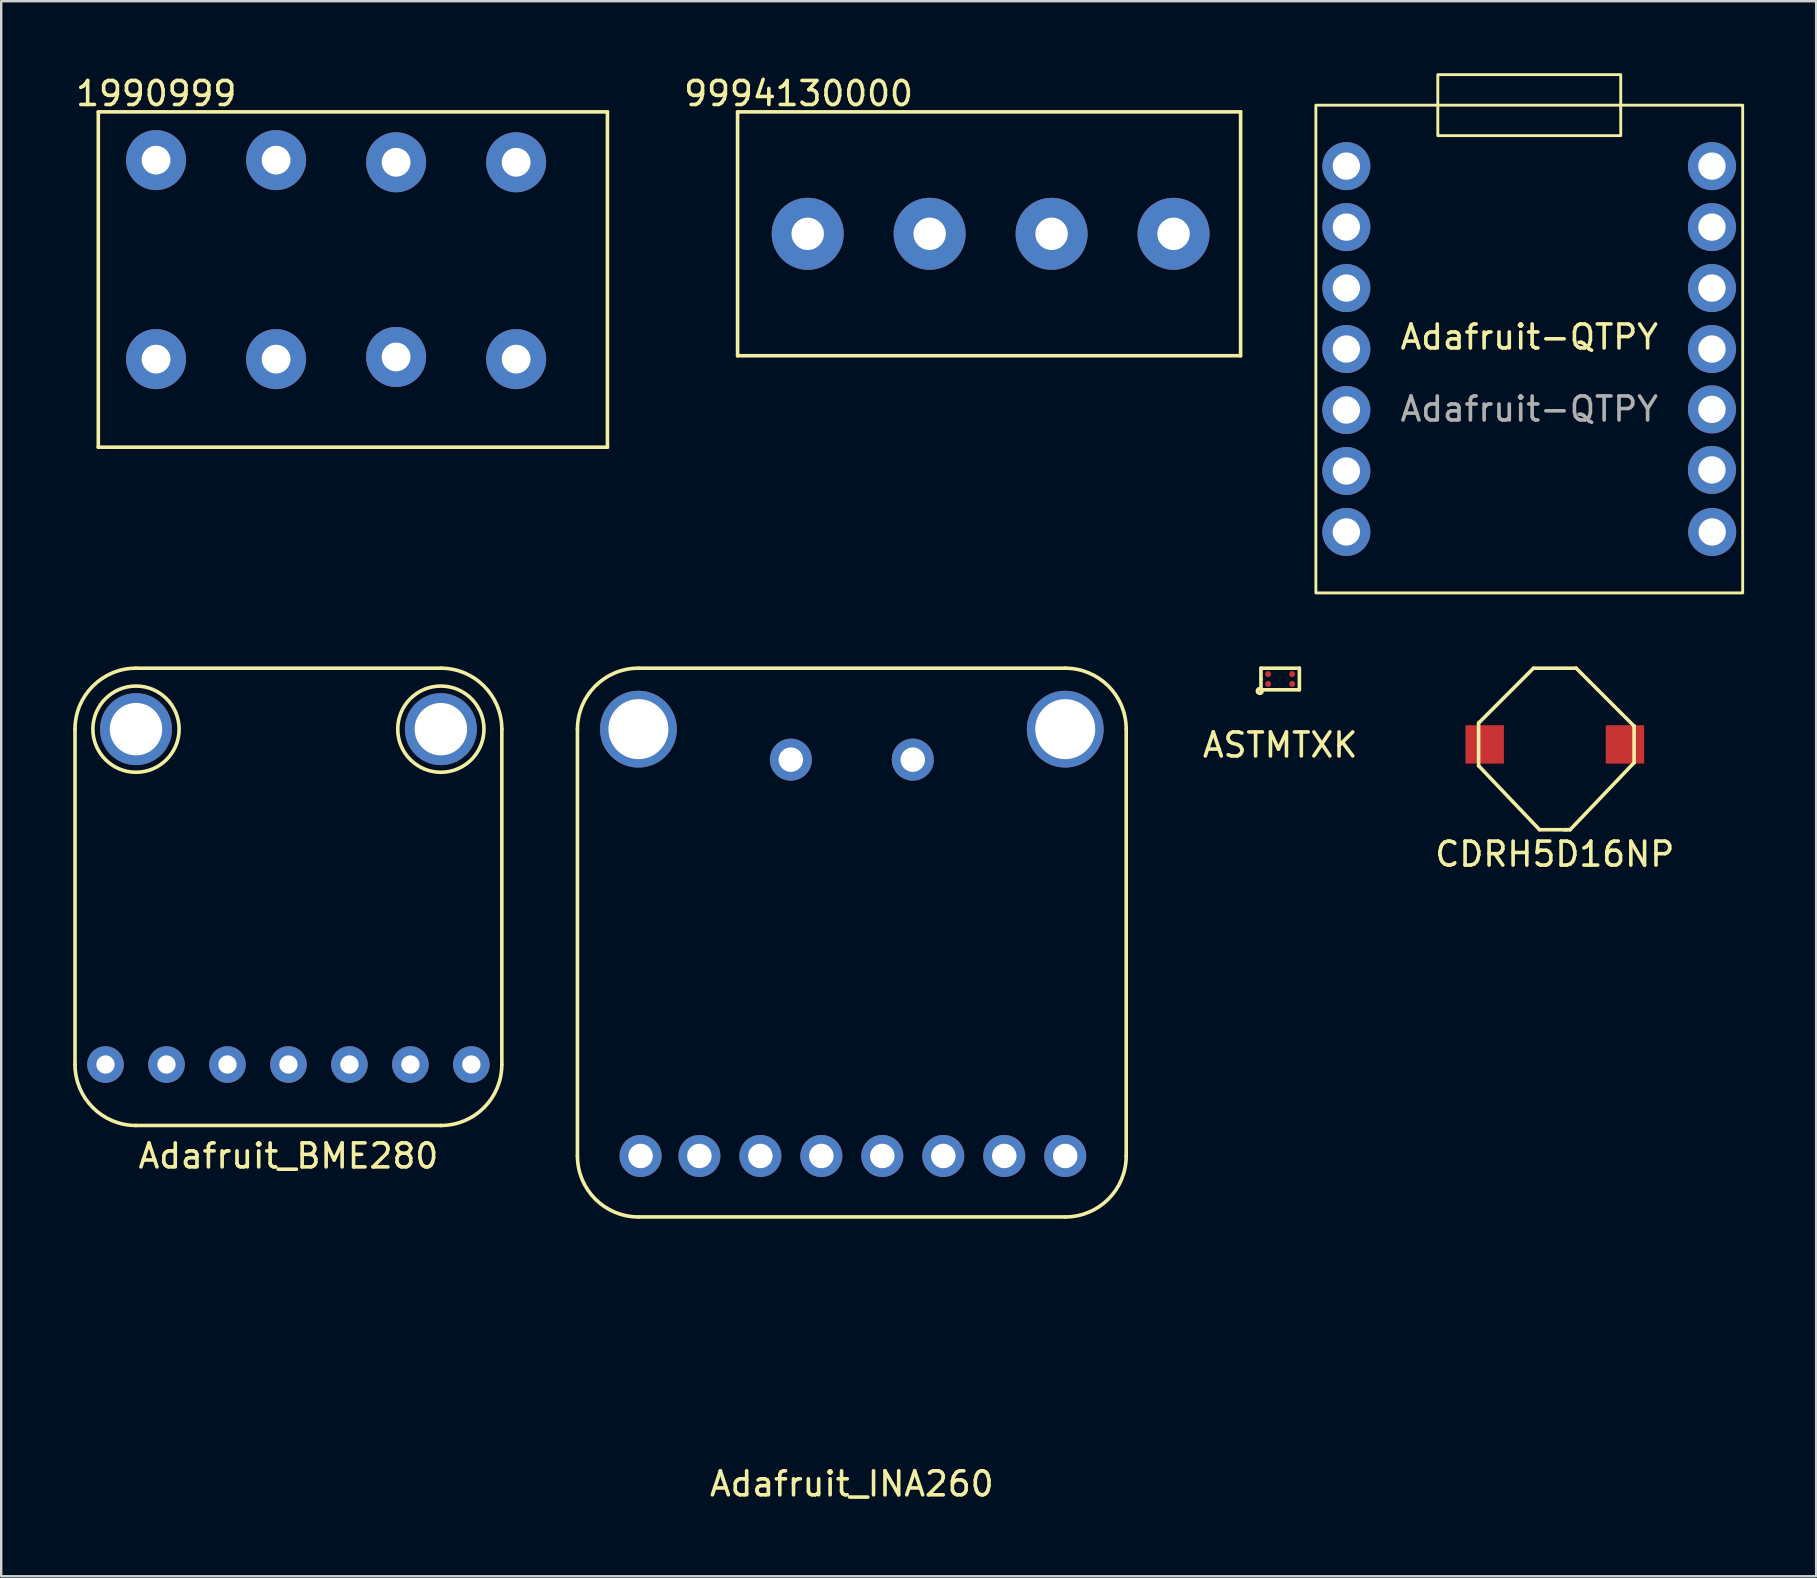
<source format=kicad_pcb>
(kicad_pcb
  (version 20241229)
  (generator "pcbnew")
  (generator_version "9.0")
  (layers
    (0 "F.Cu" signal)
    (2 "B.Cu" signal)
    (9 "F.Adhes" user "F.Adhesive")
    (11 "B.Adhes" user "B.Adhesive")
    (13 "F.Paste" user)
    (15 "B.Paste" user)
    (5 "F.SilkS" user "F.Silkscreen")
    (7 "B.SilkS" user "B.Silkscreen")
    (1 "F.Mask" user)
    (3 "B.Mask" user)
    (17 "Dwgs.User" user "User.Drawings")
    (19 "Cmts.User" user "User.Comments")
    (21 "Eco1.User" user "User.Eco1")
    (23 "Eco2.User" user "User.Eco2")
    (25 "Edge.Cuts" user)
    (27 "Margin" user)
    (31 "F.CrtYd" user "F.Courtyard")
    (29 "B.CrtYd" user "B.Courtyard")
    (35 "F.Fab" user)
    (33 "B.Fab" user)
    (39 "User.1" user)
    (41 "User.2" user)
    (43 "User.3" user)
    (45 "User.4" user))
  (footprint "9994130000"
    (layer "F.Cu")
    (at 38.217 6.69)
    (property "Reference" "9994130000" (at -8.001 -5.842 0) (layer "F.SilkS") (effects (font (size 1 1) (thickness 0.15))))
    (attr through_hole)
    (fp_line (start -10.541 -5.08) (end 10.414 -5.08) (stroke (width 0.15) (type solid)) (layer "F.SilkS"))
    (fp_line (start -10.541 5.08) (end -10.541 -5.08) (stroke (width 0.15) (type solid)) (layer "F.SilkS"))
    (fp_line (start 10.414 -5.08) (end 10.414 5.08) (stroke (width 0.15) (type solid)) (layer "F.SilkS"))
    (fp_line (start 10.414 5.08) (end -10.541 5.08) (stroke (width 0.15) (type solid)) (layer "F.SilkS"))
    (pad "1" thru_hole circle (at -7.62 0) (size 3 3) (drill 1.35) (layers "*.Cu" "*.Mask"))
    (pad "2" thru_hole circle (at -2.54 0) (size 3 3) (drill 1.35) (layers "*.Cu" "*.Mask"))
    (pad "3" thru_hole circle (at 2.54 0) (size 3 3) (drill 1.35) (layers "*.Cu" "*.Mask"))
    (pad "4" thru_hole circle (at 7.62 0) (size 3 3) (drill 1.35) (layers "*.Cu" "*.Mask")))
  (footprint "Adafruit_BME280"
    (layer "F.Cu")
    (at 8.965 43.835)
    (property "Reference" "Adafruit_BME280" (at 0 1.27 0) (layer "F.SilkS") (effects (font (size 1 1) (thickness 0.15))))
    (attr through_hole)
    (fp_line (start -8.89 -2.54) (end -8.89 -16.51) (stroke (width 0.15) (type solid)) (layer "F.SilkS"))
    (fp_line (start -6.35 -19.05) (end 6.35 -19.05) (stroke (width 0.15) (type solid)) (layer "F.SilkS"))
    (fp_line (start -6.35 0) (end 6.35 0) (stroke (width 0.15) (type solid)) (layer "F.SilkS"))
    (fp_line (start 8.89 -16.51) (end 8.89 -2.54) (stroke (width 0.15) (type solid)) (layer "F.SilkS"))
    (fp_arc (start -8.89 -16.51) (mid -8.146051 -18.306051) (end -6.35 -19.05) (stroke (width 0.15) (type solid)) (layer "F.SilkS"))
    (fp_arc (start -6.35 0) (mid -8.146051 -0.743949) (end -8.89 -2.54) (stroke (width 0.15) (type solid)) (layer "F.SilkS"))
    (fp_arc (start 6.35 -19.05) (mid 8.146051 -18.306051) (end 8.89 -16.51) (stroke (width 0.15) (type solid)) (layer "F.SilkS"))
    (fp_arc (start 8.89 -2.54) (mid 8.146051 -0.743949) (end 6.35 0) (stroke (width 0.15) (type solid)) (layer "F.SilkS"))
    (fp_circle (center -6.35 -16.51) (end -7.62 -17.78) (stroke (width 0.15) (type solid)) (fill no) (layer "F.SilkS"))
    (fp_circle (center 6.35 -16.51) (end 7.62 -17.78) (stroke (width 0.15) (type solid)) (fill no) (layer "F.SilkS"))
    (pad "" thru_hole circle (at -6.35 -16.51) (size 2.997 2.997) (drill 2.184) (layers "*.Cu" "*.Mask"))
    (pad "" thru_hole circle (at 6.35 -16.51) (size 2.997 2.997) (drill 2.184) (layers "*.Cu" "*.Mask"))
    (pad "1" thru_hole circle (at -7.62 -2.54) (size 1.524 1.524) (drill 0.762) (layers "*.Cu" "*.Mask"))
    (pad "2" thru_hole circle (at -5.08 -2.54) (size 1.524 1.524) (drill 0.762) (layers "*.Cu" "*.Mask"))
    (pad "3" thru_hole circle (at -2.54 -2.54) (size 1.524 1.524) (drill 0.762) (layers "*.Cu" "*.Mask"))
    (pad "4" thru_hole circle (at 0 -2.54) (size 1.524 1.524) (drill 0.762) (layers "*.Cu" "*.Mask"))
    (pad "5" thru_hole circle (at 2.54 -2.54) (size 1.524 1.524) (drill 0.762) (layers "*.Cu" "*.Mask"))
    (pad "6" thru_hole circle (at 5.08 -2.54) (size 1.524 1.524) (drill 0.762) (layers "*.Cu" "*.Mask"))
    (pad "7" thru_hole circle (at 7.62 -2.54) (size 1.524 1.524) (drill 0.762) (layers "*.Cu" "*.Mask")))
  (footprint "1990999"
    (layer "F.Cu")
    (at 10.951 15.58)
    (property "Reference" "1990999" (at -7.493 -14.732 0) (layer "F.SilkS") (effects (font (size 1 1) (thickness 0.15))))
    (attr through_hole)
    (fp_line (start -9.906 -13.97) (end 11.303 -13.97) (stroke (width 0.15) (type solid)) (layer "F.SilkS"))
    (fp_line (start -9.906 0) (end -9.906 -13.97) (stroke (width 0.15) (type solid)) (layer "F.SilkS"))
    (fp_line (start -9.906 0) (end 11.303 0) (stroke (width 0.15) (type solid)) (layer "F.SilkS"))
    (fp_line (start 11.303 -13.97) (end 11.303 0) (stroke (width 0.15) (type solid)) (layer "F.SilkS"))
    (pad "1" thru_hole circle (at -7.5 -11.96) (size 2.5 2.5) (drill 1.2) (layers "*.Cu" "*.Mask"))
    (pad "1" thru_hole circle (at -7.5 -3.67) (size 2.5 2.5) (drill 1.2) (layers "*.Cu" "*.Mask"))
    (pad "2" thru_hole circle (at -2.5 -11.96) (size 2.5 2.5) (drill 1.2) (layers "*.Cu" "*.Mask"))
    (pad "2" thru_hole circle (at -2.5 -3.67) (size 2.5 2.5) (drill 1.2) (layers "*.Cu" "*.Mask"))
    (pad "3" thru_hole circle (at 2.5 -11.87) (size 2.5 2.5) (drill 1.2) (layers "*.Cu" "*.Mask"))
    (pad "3" thru_hole circle (at 2.5 -3.76) (size 2.5 2.5) (drill 1.2) (layers "*.Cu" "*.Mask"))
    (pad "4" thru_hole circle (at 7.5 -11.87) (size 2.5 2.5) (drill 1.2) (layers "*.Cu" "*.Mask"))
    (pad "4" thru_hole circle (at 7.5 -3.67) (size 2.5 2.5) (drill 1.2) (layers "*.Cu" "*.Mask")))
  (footprint "ASTMTXK"
    (layer "F.Cu")
    (at 50.279 25.235)
    (property "Reference" "ASTMTXK" (at 0 2.75 0) (layer "F.SilkS") (effects (font (size 1 1) (thickness 0.15))))
    (attr through_hole)
    (fp_line (start -0.8 -0.45) (end 0.8 -0.45) (stroke (width 0.15) (type solid)) (layer "F.SilkS"))
    (fp_line (start -0.8 0) (end -0.8 -0.45) (stroke (width 0.15) (type solid)) (layer "F.SilkS"))
    (fp_line (start -0.8 0.45) (end -0.8 0) (stroke (width 0.15) (type solid)) (layer "F.SilkS"))
    (fp_line (start 0.8 -0.45) (end 0.8 0.45) (stroke (width 0.15) (type solid)) (layer "F.SilkS"))
    (fp_line (start 0.8 0.45) (end -0.8 0.45) (stroke (width 0.15) (type solid)) (layer "F.SilkS"))
    (fp_circle (center -0.85 0.5) (end -0.75 0.5) (stroke (width 0.15) (type solid)) (fill no) (layer "F.SilkS"))
    (pad "1" smd circle (at -0.5 0.205) (size 0.25 0.25) (layers "F.Cu" "F.Mask" "F.Paste"))
    (pad "2" smd circle (at -0.5 -0.205) (size 0.25 0.25) (layers "F.Cu" "F.Mask" "F.Paste"))
    (pad "3" smd circle (at 0.5 -0.205) (size 0.25 0.25) (layers "F.Cu" "F.Mask" "F.Paste"))
    (pad "4" smd circle (at 0.5 0.205) (size 0.25 0.25) (layers "F.Cu" "F.Mask" "F.Paste")))
  (footprint "Adafruit_INA260"
    (layer "F.Cu")
    (at 32.435 47.645)
    (property "Reference" "Adafruit_INA260" (at 0 11.12 0) (layer "F.SilkS") (effects (font (size 1 1) (thickness 0.15))))
    (attr through_hole)
    (fp_line (start -11.43 -2.54) (end -11.43 -20.32) (stroke (width 0.15) (type solid)) (layer "F.SilkS"))
    (fp_line (start -8.89 -22.86) (end 8.89 -22.86) (stroke (width 0.15) (type solid)) (layer "F.SilkS"))
    (fp_line (start 8.89 0) (end -8.89 0) (stroke (width 0.15) (type solid)) (layer "F.SilkS"))
    (fp_line (start 11.43 -20.32) (end 11.43 -2.54) (stroke (width 0.15) (type solid)) (layer "F.SilkS"))
    (fp_arc (start -11.43 -20.32) (mid -10.686051 -22.116051) (end -8.89 -22.86) (stroke (width 0.15) (type solid)) (layer "F.SilkS"))
    (fp_arc (start -8.89 0) (mid -10.686051 -0.743949) (end -11.43 -2.54) (stroke (width 0.15) (type solid)) (layer "F.SilkS"))
    (fp_arc (start 8.89 -22.86) (mid 10.686051 -22.116051) (end 11.43 -20.32) (stroke (width 0.15) (type solid)) (layer "F.SilkS"))
    (fp_arc (start 11.43 -2.54) (mid 10.686051 -0.743949) (end 8.89 0) (stroke (width 0.15) (type solid)) (layer "F.SilkS"))
    (pad "" thru_hole circle (at -8.89 -20.32) (size 3.2 3.2) (drill 2.5) (layers "*.Cu" "*.Mask"))
    (pad "" thru_hole circle (at 8.89 -20.32) (size 3.2 3.2) (drill 2.5) (layers "*.Cu" "*.Mask"))
    (pad "1" thru_hole circle (at -8.8 -2.54) (size 1.75 1.75) (drill 1.02) (layers "*.Cu" "*.Mask"))
    (pad "2" thru_hole circle (at -6.35 -2.54) (size 1.75 1.75) (drill 1.02) (layers "*.Cu" "*.Mask"))
    (pad "3" thru_hole circle (at -3.81 -2.54) (size 1.75 1.75) (drill 1.02) (layers "*.Cu" "*.Mask"))
    (pad "4" thru_hole circle (at -1.27 -2.54) (size 1.75 1.75) (drill 1.02) (layers "*.Cu" "*.Mask"))
    (pad "5" thru_hole circle (at 1.27 -2.54) (size 1.75 1.75) (drill 1.02) (layers "*.Cu" "*.Mask"))
    (pad "6" thru_hole circle (at 3.81 -2.54) (size 1.75 1.75) (drill 1.02) (layers "*.Cu" "*.Mask"))
    (pad "7" thru_hole circle (at -2.54 -19.05) (size 1.75 1.75) (drill 1.02) (layers "*.Cu" "*.Mask"))
    (pad "7" thru_hole circle (at 6.35 -2.54) (size 1.75 1.75) (drill 1.02) (layers "*.Cu" "*.Mask"))
    (pad "8" thru_hole circle (at 2.54 -19.05) (size 1.75 1.75) (drill 1.02) (layers "*.Cu" "*.Mask"))
    (pad "8" thru_hole circle (at 8.89 -2.54) (size 1.75 1.75) (drill 1.02) (layers "*.Cu" "*.Mask")))
  (footprint "Adafruit-QTPY"
    (layer "F.Cu")
    (at 60.656 11.49)
    (property "Reference" "Adafruit-QTPY" (at 0 -0.5 0) (unlocked yes) (layer "F.SilkS") (effects (font (size 1 1) (thickness 0.15))))
    (attr smd)
    (fp_rect (start -8.89 -10.16) (end 8.89 10.16) (stroke (width 0.12) (type solid)) (fill no) (layer "F.SilkS"))
    (fp_rect (start -3.81 -11.43) (end 3.81 -8.89) (stroke (width 0.12) (type solid)) (fill no) (layer "F.SilkS"))
    (fp_text user "${REFERENCE}" (at 0 2.5 0) (unlocked yes) (layer "F.Fab") (effects (font (size 1 1) (thickness 0.15))))
    (pad "1" thru_hole circle (at -7.62 -7.62) (size 2 2) (drill 1.14) (layers "*.Cu" "*.Mask"))
    (pad "2" thru_hole circle (at -7.62 -5.08) (size 2 2) (drill 1.14) (layers "*.Cu" "*.Mask"))
    (pad "3" thru_hole circle (at -7.62 -2.54) (size 2 2) (drill 1.14) (layers "*.Cu" "*.Mask"))
    (pad "4" thru_hole circle (at -7.62 0) (size 2 2) (drill 1.14) (layers "*.Cu" "*.Mask"))
    (pad "5" thru_hole circle (at -7.62 2.54) (size 2 2) (drill 1.14) (layers "*.Cu" "*.Mask"))
    (pad "6" thru_hole circle (at -7.62 5.08) (size 2 2) (drill 1.14) (layers "*.Cu" "*.Mask"))
    (pad "7" thru_hole circle (at -7.62 7.62) (size 2 2) (drill 1.14) (layers "*.Cu" "*.Mask"))
    (pad "8" thru_hole circle (at 7.62 7.62) (size 2 2) (drill 1.14) (layers "*.Cu" "*.Mask"))
    (pad "9" thru_hole circle (at 7.61 5.036) (size 2 2) (drill 1.14) (layers "*.Cu" "*.Mask"))
    (pad "10" thru_hole circle (at 7.61 2.514) (size 2 2) (drill 1.14) (layers "*.Cu" "*.Mask"))
    (pad "11" thru_hole circle (at 7.61 0) (size 2 2) (drill 1.14) (layers "*.Cu" "*.Mask"))
    (pad "12" thru_hole circle (at 7.61 -2.54) (size 2 2) (drill 1.14) (layers "*.Cu" "*.Mask"))
    (pad "13" thru_hole circle (at 7.61 -5.08) (size 2 2) (drill 1.14) (layers "*.Cu" "*.Mask"))
    (pad "14" thru_hole circle (at 7.61 -7.62) (size 2 2) (drill 1.14) (layers "*.Cu" "*.Mask")))
  (footprint "CDRH5D16NP"
    (layer "F.Cu")
    (at 61.72 27.96)
    (property "Reference" "CDRH5D16NP" (at 0 4.572 0) (layer "F.SilkS") (effects (font (size 1 1) (thickness 0.15))))
    (attr through_hole)
    (fp_line (start -3.175 -0.889) (end -0.889 -3.175) (stroke (width 0.15) (type solid)) (layer "F.SilkS"))
    (fp_line (start -3.175 0.889) (end -3.175 -0.889) (stroke (width 0.15) (type solid)) (layer "F.SilkS"))
    (fp_line (start -0.889 -3.175) (end 0.889 -3.175) (stroke (width 0.15) (type solid)) (layer "F.SilkS"))
    (fp_line (start -0.635 3.556) (end -3.175 0.889) (stroke (width 0.15) (type solid)) (layer "F.SilkS"))
    (fp_line (start 0.508 3.556) (end -0.635 3.556) (stroke (width 0.15) (type solid)) (layer "F.SilkS"))
    (fp_line (start 0.635 3.556) (end 0.381 3.556) (stroke (width 0.15) (type solid)) (layer "F.SilkS"))
    (fp_line (start 0.889 -3.175) (end 3.302 -0.762) (stroke (width 0.15) (type solid)) (layer "F.SilkS"))
    (fp_line (start 3.302 -0.762) (end 3.302 0.762) (stroke (width 0.15) (type solid)) (layer "F.SilkS"))
    (fp_line (start 3.302 0.762) (end 0.635 3.556) (stroke (width 0.15) (type solid)) (layer "F.SilkS"))
    (pad "1" smd rect (at 2.921 0) (size 1.6 1.6) (layers "F.Cu" "F.Mask" "F.Paste"))
    (pad "2" smd rect (at -2.921 0) (size 1.6 1.6) (layers "F.Cu" "F.Mask" "F.Paste")))
  (gr_rect
    (start -3 -3)
    (end 72.606 62.613)
    (stroke (width 0.1) (type default))
    (fill no)
    (layer "Edge.Cuts")))
</source>
